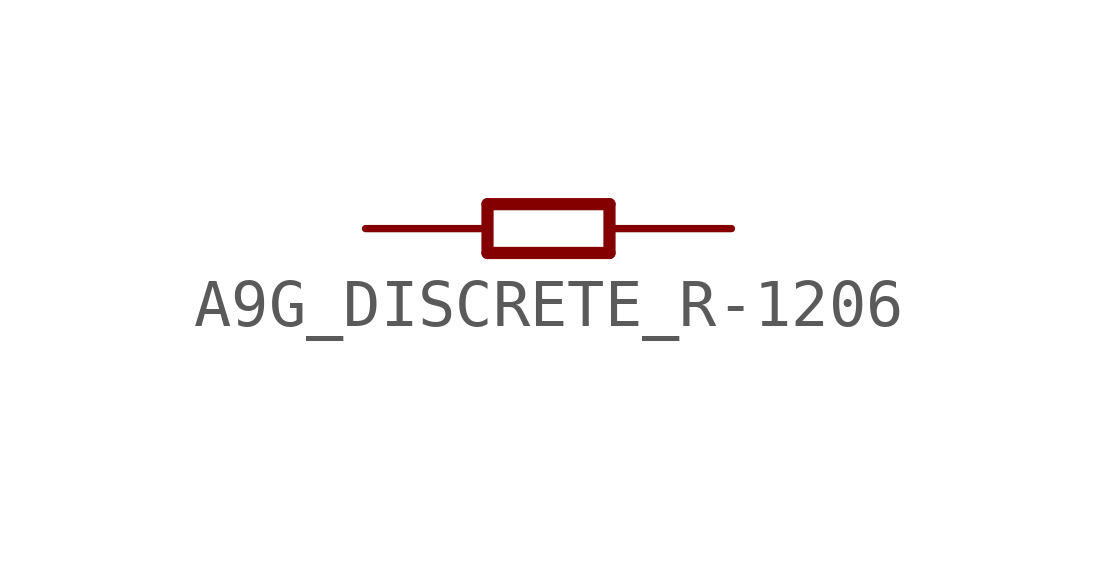
<source format=kicad_sym>
(kicad_symbol_lib
  (version 20231120)
  (generator "kicad_symbol_editor")
  (generator_version "8.0")
  (symbol "A9G_DISCRETE_R-1206"
    (property "Reference" "R"
      (at -3.81 0 0)
      (effects (font (size 1.27 1.079)) (justify left bottom) (hide yes)))
    (property "ki_locked" ""
      (at 0 0 0)
      (effects (font (size 1.27 1.27))))
    (symbol "A9G_DISCRETE_R-1206_1_0"
      (polyline (pts (xy -1.27 -0.508) (xy -1.27 0.508)) (stroke (width 0.254) (type solid)) (fill (type none)))
      (polyline (pts (xy -1.27 0.508) (xy 1.27 0.508)) (stroke (width 0.254) (type solid)) (fill (type none)))
      (polyline (pts (xy 1.27 -0.508) (xy -1.27 -0.508)) (stroke (width 0.254) (type solid)) (fill (type none)))
      (polyline (pts (xy 1.27 0.508) (xy 1.27 -0.508)) (stroke (width 0.254) (type solid)) (fill (type none)))
      (pin passive line (at -3.81 0 0) (length 2.54) (name "1" (effects (font (size 0 0)))) (number "1" (effects (font (size 0 0)))))
      (pin passive line (at 3.81 0 180) (length 2.54) (name "2" (effects (font (size 0 0)))) (number "2" (effects (font (size 0 0))))))))
</source>
